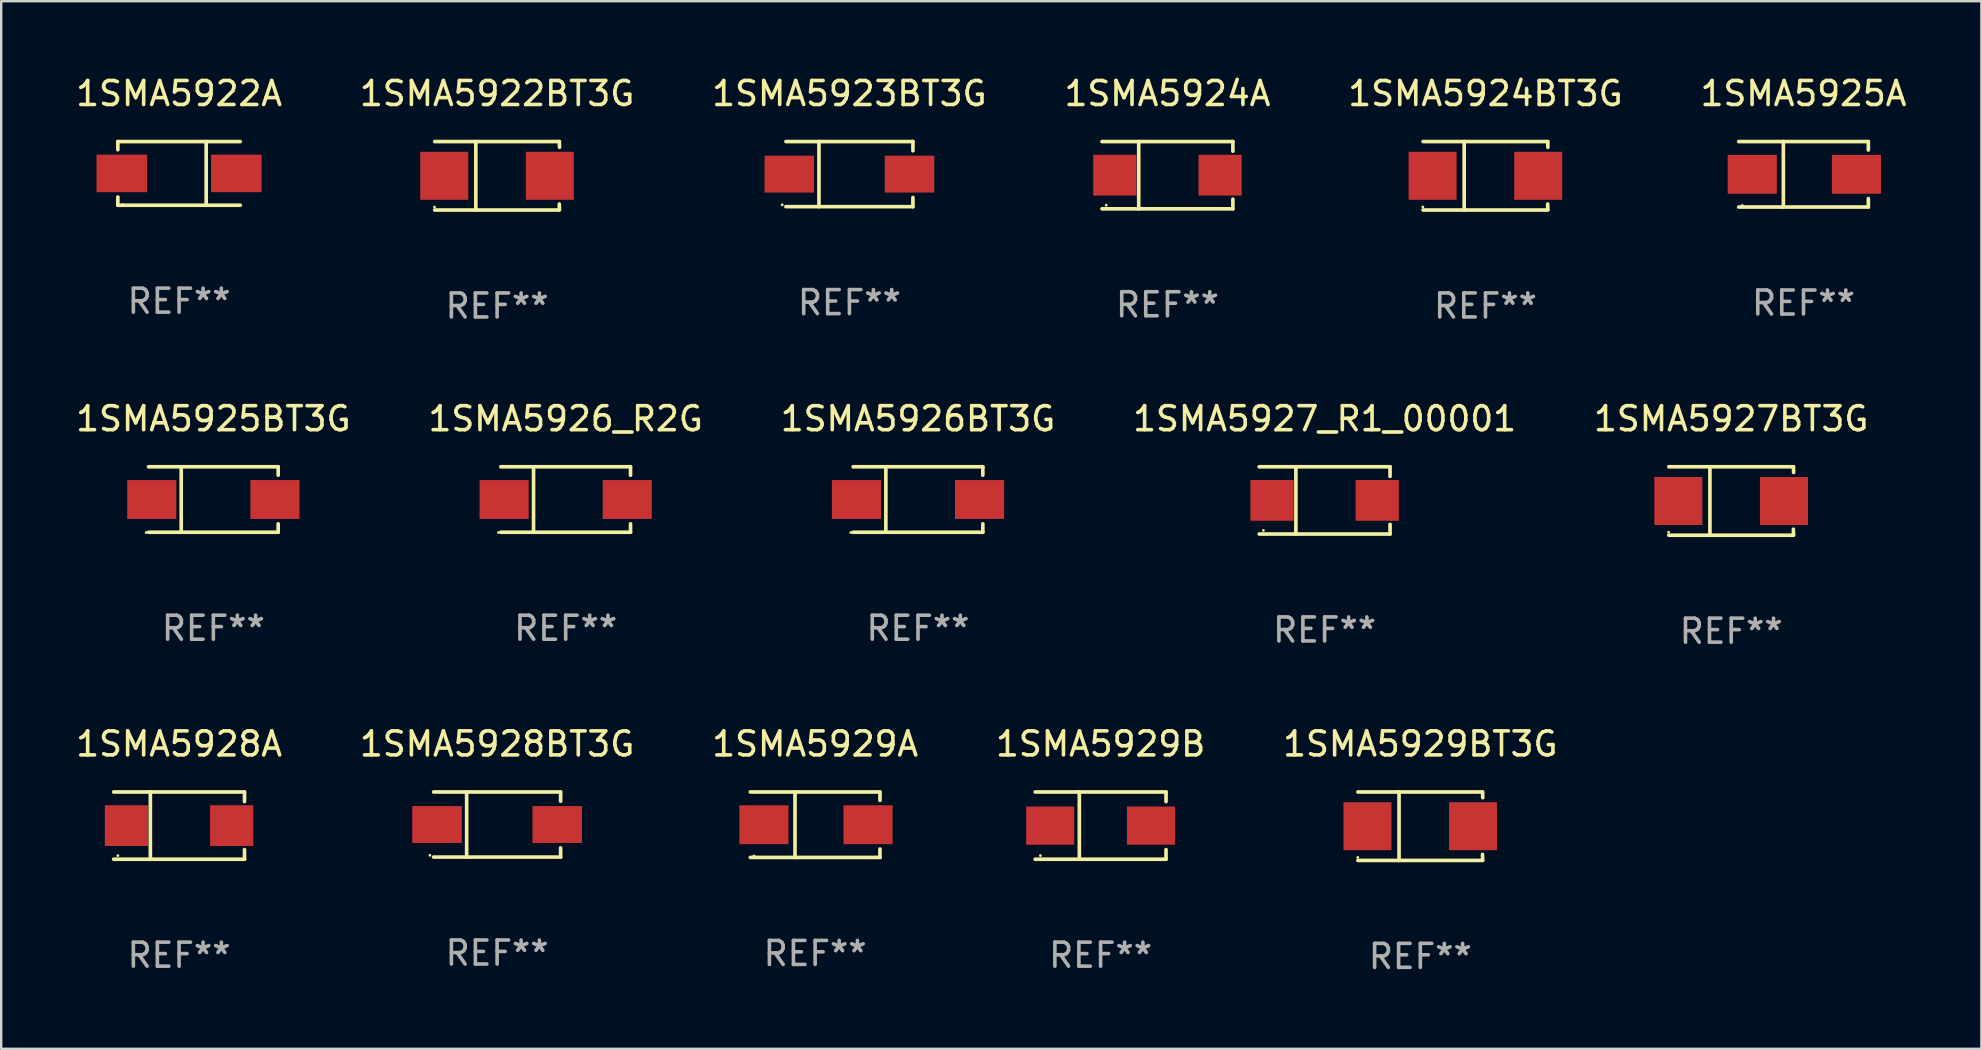
<source format=kicad_pcb>
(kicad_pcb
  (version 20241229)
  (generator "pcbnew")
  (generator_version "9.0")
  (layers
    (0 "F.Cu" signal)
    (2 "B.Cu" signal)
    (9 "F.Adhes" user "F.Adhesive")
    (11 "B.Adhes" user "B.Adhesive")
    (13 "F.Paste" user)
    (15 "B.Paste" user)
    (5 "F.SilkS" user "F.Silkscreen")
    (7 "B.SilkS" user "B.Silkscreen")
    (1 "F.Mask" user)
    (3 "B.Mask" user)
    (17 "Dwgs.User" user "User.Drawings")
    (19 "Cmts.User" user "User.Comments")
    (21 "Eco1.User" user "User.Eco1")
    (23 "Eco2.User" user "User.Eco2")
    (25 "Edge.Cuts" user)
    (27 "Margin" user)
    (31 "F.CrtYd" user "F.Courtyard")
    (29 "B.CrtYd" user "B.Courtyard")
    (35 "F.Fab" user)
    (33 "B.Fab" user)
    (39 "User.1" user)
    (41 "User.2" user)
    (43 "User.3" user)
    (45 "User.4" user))
  (footprint "1SMA5924A"
    (layer "F.Cu")
    (at 45.589 4.249)
    (property "Reference" "1SMA5924A" (at 0 -3.401 0) (layer "F.SilkS") (effects (font (size 1 1) (thickness 0.15))))
    (attr through_hole)
    (fp_line (start -2.726 -1.401) (end 2.726 -1.401) (stroke (width 0.152) (type solid)) (layer "F.SilkS"))
    (fp_line (start -2.726 1.401) (end 2.726 1.401) (stroke (width 0.152) (type solid)) (layer "F.SilkS"))
    (fp_line (start -1.197 -1.401) (end -1.197 1.401) (stroke (width 0.152) (type solid)) (layer "F.SilkS"))
    (fp_line (start 2.726 -1.401) (end 2.726 -1) (stroke (width 0.152) (type solid)) (layer "F.SilkS"))
    (fp_line (start 2.726 1.401) (end 2.726 1) (stroke (width 0.152) (type solid)) (layer "F.SilkS"))
    (fp_circle (center -2.55 1.25) (end -2.52 1.25) (stroke (width 0.06) (type solid)) (fill no) (layer "F.SilkS"))
    (fp_text user "REF**" (at 0 5.401 0) (layer "F.Fab") (effects (font (size 1 1) (thickness 0.15))))
    (pad "1" smd rect (at -2.192 0) (size 1.8 1.7) (layers "F.Cu" "F.Mask" "F.Paste"))
    (pad "2" smd rect (at 2.192 0) (size 1.8 1.7) (layers "F.Cu" "F.Mask" "F.Paste")))
  (footprint "1SMA5926BT3G"
    (layer "F.Cu")
    (at 35.196 17.761)
    (property "Reference" "1SMA5926BT3G" (at 0 -3.364 0) (layer "F.SilkS") (effects (font (size 1 1) (thickness 0.15))))
    (attr through_hole)
    (fp_line (start -2.701 -1.364) (end 2.701 -1.364) (stroke (width 0.152) (type solid)) (layer "F.SilkS"))
    (fp_line (start -2.701 1.364) (end 2.701 1.364) (stroke (width 0.152) (type solid)) (layer "F.SilkS"))
    (fp_line (start -1.339 -1.364) (end -1.339 1.364) (stroke (width 0.152) (type solid)) (layer "F.SilkS"))
    (fp_line (start 2.701 -1.364) (end 2.701 -1.013) (stroke (width 0.152) (type solid)) (layer "F.SilkS"))
    (fp_line (start 2.701 1.364) (end 2.701 1.013) (stroke (width 0.152) (type solid)) (layer "F.SilkS"))
    (fp_circle (center -2.8 1.375) (end -2.77 1.375) (stroke (width 0.06) (type solid)) (fill no) (layer "F.SilkS"))
    (fp_text user "REF**" (at 0 5.364 0) (layer "F.Fab") (effects (font (size 1 1) (thickness 0.15))))
    (pad "1" smd rect (at -2.565 -0.000025) (size 2.046 1.62) (layers "F.Cu" "F.Mask" "F.Paste"))
    (pad "2" smd rect (at 2.565 -0.000025) (size 2.046 1.62) (layers "F.Cu" "F.Mask" "F.Paste")))
  (footprint "1SMA5927BT3G"
    (layer "F.Cu")
    (at 69.077 17.823)
    (property "Reference" "1SMA5927BT3G" (at 0 -3.426 0) (layer "F.SilkS") (effects (font (size 1 1) (thickness 0.15))))
    (attr through_hole)
    (fp_line (start -2.6 -1.426) (end 2.593 -1.426) (stroke (width 0.152) (type solid)) (layer "F.SilkS"))
    (fp_line (start -2.6 1.426) (end 2.593 1.426) (stroke (width 0.152) (type solid)) (layer "F.SilkS"))
    (fp_line (start -0.887 -1.426) (end -0.887 1.426) (stroke (width 0.152) (type solid)) (layer "F.SilkS"))
    (fp_line (start 2.59 1.176) (end 2.597 1.415) (stroke (width 0.152) (type solid)) (layer "F.SilkS"))
    (fp_line (start 2.593 -1.426) (end 2.6 -1.187) (stroke (width 0.152) (type solid)) (layer "F.SilkS"))
    (fp_circle (center -2.608 1.3) (end -2.578 1.3) (stroke (width 0.06) (type solid)) (fill no) (layer "F.SilkS"))
    (fp_text user "REF**" (at 0 5.426 0) (layer "F.Fab") (effects (font (size 1 1) (thickness 0.15))))
    (pad "1" smd rect (at -2.203 0 180) (size 2 2) (layers "F.Cu" "F.Mask" "F.Paste"))
    (pad "2" smd rect (at 2.197 0 180) (size 2 2) (layers "F.Cu" "F.Mask" "F.Paste")))
  (footprint "1SMA5924BT3G"
    (layer "F.Cu")
    (at 58.839 4.274)
    (property "Reference" "1SMA5924BT3G" (at 0 -3.426 0) (layer "F.SilkS") (effects (font (size 1 1) (thickness 0.15))))
    (attr through_hole)
    (fp_line (start -2.6 -1.426) (end 2.593 -1.426) (stroke (width 0.152) (type solid)) (layer "F.SilkS"))
    (fp_line (start -2.6 1.426) (end 2.593 1.426) (stroke (width 0.152) (type solid)) (layer "F.SilkS"))
    (fp_line (start -0.887 -1.426) (end -0.887 1.426) (stroke (width 0.152) (type solid)) (layer "F.SilkS"))
    (fp_line (start 2.59 1.176) (end 2.597 1.415) (stroke (width 0.152) (type solid)) (layer "F.SilkS"))
    (fp_line (start 2.593 -1.426) (end 2.6 -1.187) (stroke (width 0.152) (type solid)) (layer "F.SilkS"))
    (fp_circle (center -2.608 1.3) (end -2.578 1.3) (stroke (width 0.06) (type solid)) (fill no) (layer "F.SilkS"))
    (fp_text user "REF**" (at 0 5.426 0) (layer "F.Fab") (effects (font (size 1 1) (thickness 0.15))))
    (pad "1" smd rect (at -2.203 0 180) (size 2 2) (layers "F.Cu" "F.Mask" "F.Paste"))
    (pad "2" smd rect (at 2.197 0 180) (size 2 2) (layers "F.Cu" "F.Mask" "F.Paste")))
  (footprint "1SMA5929BT3G"
    (layer "F.Cu")
    (at 56.125 31.372)
    (property "Reference" "1SMA5929BT3G" (at 0 -3.426 0) (layer "F.SilkS") (effects (font (size 1 1) (thickness 0.15))))
    (attr through_hole)
    (fp_line (start -2.6 -1.426) (end 2.593 -1.426) (stroke (width 0.152) (type solid)) (layer "F.SilkS"))
    (fp_line (start -2.6 1.426) (end 2.593 1.426) (stroke (width 0.152) (type solid)) (layer "F.SilkS"))
    (fp_line (start -0.887 -1.426) (end -0.887 1.426) (stroke (width 0.152) (type solid)) (layer "F.SilkS"))
    (fp_line (start 2.59 1.176) (end 2.597 1.415) (stroke (width 0.152) (type solid)) (layer "F.SilkS"))
    (fp_line (start 2.593 -1.426) (end 2.6 -1.187) (stroke (width 0.152) (type solid)) (layer "F.SilkS"))
    (fp_circle (center -2.608 1.3) (end -2.578 1.3) (stroke (width 0.06) (type solid)) (fill no) (layer "F.SilkS"))
    (fp_text user "REF**" (at 0 5.426 0) (layer "F.Fab") (effects (font (size 1 1) (thickness 0.15))))
    (pad "1" smd rect (at -2.203 0 180) (size 2 2) (layers "F.Cu" "F.Mask" "F.Paste"))
    (pad "2" smd rect (at 2.197 0 180) (size 2 2) (layers "F.Cu" "F.Mask" "F.Paste")))
  (footprint "1SMA5927_R1_00001"
    (layer "F.Cu")
    (at 52.137 17.798)
    (property "Reference" "1SMA5927_R1_00001" (at 0 -3.401 0) (layer "F.SilkS") (effects (font (size 1 1) (thickness 0.15))))
    (attr through_hole)
    (fp_line (start -2.726 -1.401) (end 2.726 -1.401) (stroke (width 0.152) (type solid)) (layer "F.SilkS"))
    (fp_line (start -2.726 1.401) (end 2.726 1.401) (stroke (width 0.152) (type solid)) (layer "F.SilkS"))
    (fp_line (start -1.197 -1.401) (end -1.197 1.401) (stroke (width 0.152) (type solid)) (layer "F.SilkS"))
    (fp_line (start 2.726 -1.401) (end 2.726 -1) (stroke (width 0.152) (type solid)) (layer "F.SilkS"))
    (fp_line (start 2.726 1.401) (end 2.726 1) (stroke (width 0.152) (type solid)) (layer "F.SilkS"))
    (fp_circle (center -2.55 1.25) (end -2.52 1.25) (stroke (width 0.06) (type solid)) (fill no) (layer "F.SilkS"))
    (fp_text user "REF**" (at 0 5.401 0) (layer "F.Fab") (effects (font (size 1 1) (thickness 0.15))))
    (pad "1" smd rect (at -2.192 0) (size 1.8 1.7) (layers "F.Cu" "F.Mask" "F.Paste"))
    (pad "2" smd rect (at 2.192 0) (size 1.8 1.7) (layers "F.Cu" "F.Mask" "F.Paste")))
  (footprint "1SMA5926_R2G"
    (layer "F.Cu")
    (at 20.518 17.761)
    (property "Reference" "1SMA5926_R2G" (at 0 -3.364 0) (layer "F.SilkS") (effects (font (size 1 1) (thickness 0.15))))
    (attr through_hole)
    (fp_line (start -2.701 -1.364) (end 2.701 -1.364) (stroke (width 0.152) (type solid)) (layer "F.SilkS"))
    (fp_line (start -2.701 1.364) (end 2.701 1.364) (stroke (width 0.152) (type solid)) (layer "F.SilkS"))
    (fp_line (start -1.339 -1.364) (end -1.339 1.364) (stroke (width 0.152) (type solid)) (layer "F.SilkS"))
    (fp_line (start 2.701 -1.364) (end 2.701 -1.013) (stroke (width 0.152) (type solid)) (layer "F.SilkS"))
    (fp_line (start 2.701 1.364) (end 2.701 1.013) (stroke (width 0.152) (type solid)) (layer "F.SilkS"))
    (fp_circle (center -2.8 1.375) (end -2.77 1.375) (stroke (width 0.06) (type solid)) (fill no) (layer "F.SilkS"))
    (fp_text user "REF**" (at 0 5.364 0) (layer "F.Fab") (effects (font (size 1 1) (thickness 0.15))))
    (pad "1" smd rect (at -2.565 -0.000025) (size 2.046 1.62) (layers "F.Cu" "F.Mask" "F.Paste"))
    (pad "2" smd rect (at 2.565 -0.000025) (size 2.046 1.62) (layers "F.Cu" "F.Mask" "F.Paste")))
  (footprint "1SMA5928BT3G"
    (layer "F.Cu")
    (at 17.661 31.302)
    (property "Reference" "1SMA5928BT3G" (at 0 -3.356 0) (layer "F.SilkS") (effects (font (size 1 1) (thickness 0.15))))
    (attr through_hole)
    (fp_line (start -2.646 -1.356) (end 2.646 -1.356) (stroke (width 0.152) (type solid)) (layer "F.SilkS"))
    (fp_line (start -2.646 1.356) (end 2.646 1.356) (stroke (width 0.152) (type solid)) (layer "F.SilkS"))
    (fp_line (start -1.269 -1.356) (end -1.269 1.356) (stroke (width 0.152) (type solid)) (layer "F.SilkS"))
    (fp_line (start 2.646 -1.356) (end 2.646 -0.973) (stroke (width 0.152) (type solid)) (layer "F.SilkS"))
    (fp_line (start 2.646 1.356) (end 2.646 0.973) (stroke (width 0.152) (type solid)) (layer "F.SilkS"))
    (fp_circle (center -2.8 1.28) (end -2.77 1.28) (stroke (width 0.06) (type solid)) (fill no) (layer "F.SilkS"))
    (fp_text user "REF**" (at 0 5.356 0) (layer "F.Fab") (effects (font (size 1 1) (thickness 0.15))))
    (pad "1" smd rect (at 2.504 0) (size 2.063 1.539) (layers "F.Cu" "F.Mask" "F.Paste"))
    (pad "2" smd rect (at -2.504 0) (size 2.063 1.539) (layers "F.Cu" "F.Mask" "F.Paste")))
  (footprint "1SMA5925A"
    (layer "F.Cu")
    (at 72.089 4.212)
    (property "Reference" "1SMA5925A" (at 0 -3.364 0) (layer "F.SilkS") (effects (font (size 1 1) (thickness 0.15))))
    (attr through_hole)
    (fp_line (start -2.701 -1.364) (end 2.701 -1.364) (stroke (width 0.152) (type solid)) (layer "F.SilkS"))
    (fp_line (start -2.701 1.364) (end 2.701 1.364) (stroke (width 0.152) (type solid)) (layer "F.SilkS"))
    (fp_line (start -0.839 -1.364) (end -0.839 1.364) (stroke (width 0.152) (type solid)) (layer "F.SilkS"))
    (fp_line (start 2.701 -1.364) (end 2.701 -1.013) (stroke (width 0.152) (type solid)) (layer "F.SilkS"))
    (fp_line (start 2.701 1.364) (end 2.701 1.013) (stroke (width 0.152) (type solid)) (layer "F.SilkS"))
    (fp_circle (center -2.548 1.3) (end -2.518 1.3) (stroke (width 0.06) (type solid)) (fill no) (layer "F.SilkS"))
    (fp_text user "REF**" (at 0 5.364 0) (layer "F.Fab") (effects (font (size 1 1) (thickness 0.15))))
    (pad "1" smd rect (at -2.134 0.000025) (size 2.046 1.62) (layers "F.Cu" "F.Mask" "F.Paste"))
    (pad "2" smd rect (at 2.205 0.000025) (size 2.046 1.62) (layers "F.Cu" "F.Mask" "F.Paste")))
  (footprint "1SMA5928A"
    (layer "F.Cu")
    (at 4.411 31.347)
    (property "Reference" "1SMA5928A" (at 0 -3.401 0) (layer "F.SilkS") (effects (font (size 1 1) (thickness 0.15))))
    (attr through_hole)
    (fp_line (start -2.726 -1.401) (end 2.726 -1.401) (stroke (width 0.152) (type solid)) (layer "F.SilkS"))
    (fp_line (start -2.726 1.401) (end 2.726 1.401) (stroke (width 0.152) (type solid)) (layer "F.SilkS"))
    (fp_line (start -1.197 -1.401) (end -1.197 1.401) (stroke (width 0.152) (type solid)) (layer "F.SilkS"))
    (fp_line (start 2.726 -1.401) (end 2.726 -1) (stroke (width 0.152) (type solid)) (layer "F.SilkS"))
    (fp_line (start 2.726 1.401) (end 2.726 1) (stroke (width 0.152) (type solid)) (layer "F.SilkS"))
    (fp_circle (center -2.55 1.25) (end -2.52 1.25) (stroke (width 0.06) (type solid)) (fill no) (layer "F.SilkS"))
    (fp_text user "REF**" (at 0 5.401 0) (layer "F.Fab") (effects (font (size 1 1) (thickness 0.15))))
    (pad "1" smd rect (at -2.192 0) (size 1.8 1.7) (layers "F.Cu" "F.Mask" "F.Paste"))
    (pad "2" smd rect (at 2.192 0) (size 1.8 1.7) (layers "F.Cu" "F.Mask" "F.Paste")))
  (footprint "1SMA5922A"
    (layer "F.Cu")
    (at 4.411 4.174)
    (property "Reference" "1SMA5922A" (at 0 -3.326 0) (layer "F.SilkS") (effects (font (size 1 1) (thickness 0.15))))
    (attr through_hole)
    (fp_line (start -2.551 -1.326) (end -2.551 -0.986) (stroke (width 0.152) (type solid)) (layer "F.SilkS"))
    (fp_line (start -2.551 1.326) (end -2.551 0.986) (stroke (width 0.152) (type solid)) (layer "F.SilkS"))
    (fp_line (start 1.129 1.326) (end 1.129 -1.326) (stroke (width 0.152) (type solid)) (layer "F.SilkS"))
    (fp_line (start 2.551 -1.326) (end -2.551 -1.326) (stroke (width 0.152) (type solid)) (layer "F.SilkS"))
    (fp_line (start 2.551 1.326) (end -2.551 1.326) (stroke (width 0.152) (type solid)) (layer "F.SilkS"))
    (fp_circle (center -2.35 1.3) (end -2.32 1.3) (stroke (width 0.06) (type solid)) (fill no) (layer "F.SilkS"))
    (fp_text user "REF**" (at 0 5.326 0) (layer "F.Fab") (effects (font (size 1 1) (thickness 0.15))))
    (pad "1" smd rect (at -2.386 0) (size 2.107 1.566) (layers "F.Cu" "F.Mask" "F.Paste"))
    (pad "2" smd rect (at 2.386 0) (size 2.107 1.566) (layers "F.Cu" "F.Mask" "F.Paste")))
  (footprint "1SMA5929A"
    (layer "F.Cu")
    (at 30.911 31.31)
    (property "Reference" "1SMA5929A" (at 0 -3.364 0) (layer "F.SilkS") (effects (font (size 1 1) (thickness 0.15))))
    (attr through_hole)
    (fp_line (start -2.701 -1.364) (end 2.701 -1.364) (stroke (width 0.152) (type solid)) (layer "F.SilkS"))
    (fp_line (start -2.701 1.364) (end 2.701 1.364) (stroke (width 0.152) (type solid)) (layer "F.SilkS"))
    (fp_line (start -0.839 -1.364) (end -0.839 1.364) (stroke (width 0.152) (type solid)) (layer "F.SilkS"))
    (fp_line (start 2.701 -1.364) (end 2.701 -1.013) (stroke (width 0.152) (type solid)) (layer "F.SilkS"))
    (fp_line (start 2.701 1.364) (end 2.701 1.013) (stroke (width 0.152) (type solid)) (layer "F.SilkS"))
    (fp_circle (center -2.548 1.3) (end -2.518 1.3) (stroke (width 0.06) (type solid)) (fill no) (layer "F.SilkS"))
    (fp_text user "REF**" (at 0 5.364 0) (layer "F.Fab") (effects (font (size 1 1) (thickness 0.15))))
    (pad "1" smd rect (at -2.134 0.000025) (size 2.046 1.62) (layers "F.Cu" "F.Mask" "F.Paste"))
    (pad "2" smd rect (at 2.205 0.000025) (size 2.046 1.62) (layers "F.Cu" "F.Mask" "F.Paste")))
  (footprint "1SMA5923BT3G"
    (layer "F.Cu")
    (at 32.339 4.204)
    (property "Reference" "1SMA5923BT3G" (at 0 -3.356 0) (layer "F.SilkS") (effects (font (size 1 1) (thickness 0.15))))
    (attr through_hole)
    (fp_line (start -2.646 -1.356) (end 2.646 -1.356) (stroke (width 0.152) (type solid)) (layer "F.SilkS"))
    (fp_line (start -2.646 1.356) (end 2.646 1.356) (stroke (width 0.152) (type solid)) (layer "F.SilkS"))
    (fp_line (start -1.269 -1.356) (end -1.269 1.356) (stroke (width 0.152) (type solid)) (layer "F.SilkS"))
    (fp_line (start 2.646 -1.356) (end 2.646 -0.973) (stroke (width 0.152) (type solid)) (layer "F.SilkS"))
    (fp_line (start 2.646 1.356) (end 2.646 0.973) (stroke (width 0.152) (type solid)) (layer "F.SilkS"))
    (fp_circle (center -2.8 1.28) (end -2.77 1.28) (stroke (width 0.06) (type solid)) (fill no) (layer "F.SilkS"))
    (fp_text user "REF**" (at 0 5.356 0) (layer "F.Fab") (effects (font (size 1 1) (thickness 0.15))))
    (pad "1" smd rect (at 2.504 0) (size 2.063 1.539) (layers "F.Cu" "F.Mask" "F.Paste"))
    (pad "2" smd rect (at -2.504 0) (size 2.063 1.539) (layers "F.Cu" "F.Mask" "F.Paste")))
  (footprint "1SMA5929B"
    (layer "F.Cu")
    (at 42.804 31.347)
    (property "Reference" "1SMA5929B" (at 0 -3.401 0) (layer "F.SilkS") (effects (font (size 1 1) (thickness 0.15))))
    (attr through_hole)
    (fp_line (start -2.726 -1.401) (end 2.726 -1.401) (stroke (width 0.152) (type solid)) (layer "F.SilkS"))
    (fp_line (start -2.726 1.401) (end 2.726 1.401) (stroke (width 0.152) (type solid)) (layer "F.SilkS"))
    (fp_line (start -0.886 -1.401) (end -0.886 1.401) (stroke (width 0.152) (type solid)) (layer "F.SilkS"))
    (fp_line (start 2.726 -1.401) (end 2.726 -1) (stroke (width 0.152) (type solid)) (layer "F.SilkS"))
    (fp_line (start 2.726 1.401) (end 2.726 1) (stroke (width 0.152) (type solid)) (layer "F.SilkS"))
    (fp_circle (center -2.507 1.25) (end -2.477 1.25) (stroke (width 0.06) (type solid)) (fill no) (layer "F.SilkS"))
    (fp_text user "REF**" (at 0 5.401 0) (layer "F.Fab") (effects (font (size 1 1) (thickness 0.15))))
    (pad "1" smd rect (at -2.1 0 180) (size 2 1.593) (layers "F.Cu" "F.Mask" "F.Paste"))
    (pad "2" smd rect (at 2.1 0 180) (size 2 1.593) (layers "F.Cu" "F.Mask" "F.Paste")))
  (footprint "1SMA5925BT3G"
    (layer "F.Cu")
    (at 5.839 17.761)
    (property "Reference" "1SMA5925BT3G" (at 0 -3.364 0) (layer "F.SilkS") (effects (font (size 1 1) (thickness 0.15))))
    (attr through_hole)
    (fp_line (start -2.701 -1.364) (end 2.701 -1.364) (stroke (width 0.152) (type solid)) (layer "F.SilkS"))
    (fp_line (start -2.701 1.364) (end 2.701 1.364) (stroke (width 0.152) (type solid)) (layer "F.SilkS"))
    (fp_line (start -1.339 -1.364) (end -1.339 1.364) (stroke (width 0.152) (type solid)) (layer "F.SilkS"))
    (fp_line (start 2.701 -1.364) (end 2.701 -1.013) (stroke (width 0.152) (type solid)) (layer "F.SilkS"))
    (fp_line (start 2.701 1.364) (end 2.701 1.013) (stroke (width 0.152) (type solid)) (layer "F.SilkS"))
    (fp_circle (center -2.8 1.375) (end -2.77 1.375) (stroke (width 0.06) (type solid)) (fill no) (layer "F.SilkS"))
    (fp_text user "REF**" (at 0 5.364 0) (layer "F.Fab") (effects (font (size 1 1) (thickness 0.15))))
    (pad "1" smd rect (at -2.565 -0.000025) (size 2.046 1.62) (layers "F.Cu" "F.Mask" "F.Paste"))
    (pad "2" smd rect (at 2.565 -0.000025) (size 2.046 1.62) (layers "F.Cu" "F.Mask" "F.Paste")))
  (footprint "1SMA5922BT3G"
    (layer "F.Cu")
    (at 17.661 4.274)
    (property "Reference" "1SMA5922BT3G" (at 0 -3.426 0) (layer "F.SilkS") (effects (font (size 1 1) (thickness 0.15))))
    (attr through_hole)
    (fp_line (start -2.6 -1.426) (end 2.593 -1.426) (stroke (width 0.152) (type solid)) (layer "F.SilkS"))
    (fp_line (start -2.6 1.426) (end 2.593 1.426) (stroke (width 0.152) (type solid)) (layer "F.SilkS"))
    (fp_line (start -0.887 -1.426) (end -0.887 1.426) (stroke (width 0.152) (type solid)) (layer "F.SilkS"))
    (fp_line (start 2.59 1.176) (end 2.597 1.415) (stroke (width 0.152) (type solid)) (layer "F.SilkS"))
    (fp_line (start 2.593 -1.426) (end 2.6 -1.187) (stroke (width 0.152) (type solid)) (layer "F.SilkS"))
    (fp_circle (center -2.608 1.3) (end -2.578 1.3) (stroke (width 0.06) (type solid)) (fill no) (layer "F.SilkS"))
    (fp_text user "REF**" (at 0 5.426 0) (layer "F.Fab") (effects (font (size 1 1) (thickness 0.15))))
    (pad "1" smd rect (at -2.203 0 180) (size 2 2) (layers "F.Cu" "F.Mask" "F.Paste"))
    (pad "2" smd rect (at 2.197 0 180) (size 2 2) (layers "F.Cu" "F.Mask" "F.Paste")))
  (gr_rect
    (start -3 -3)
    (end 79.5 40.647)
    (stroke (width 0.1) (type default))
    (fill no)
    (layer "Edge.Cuts")))
</source>
